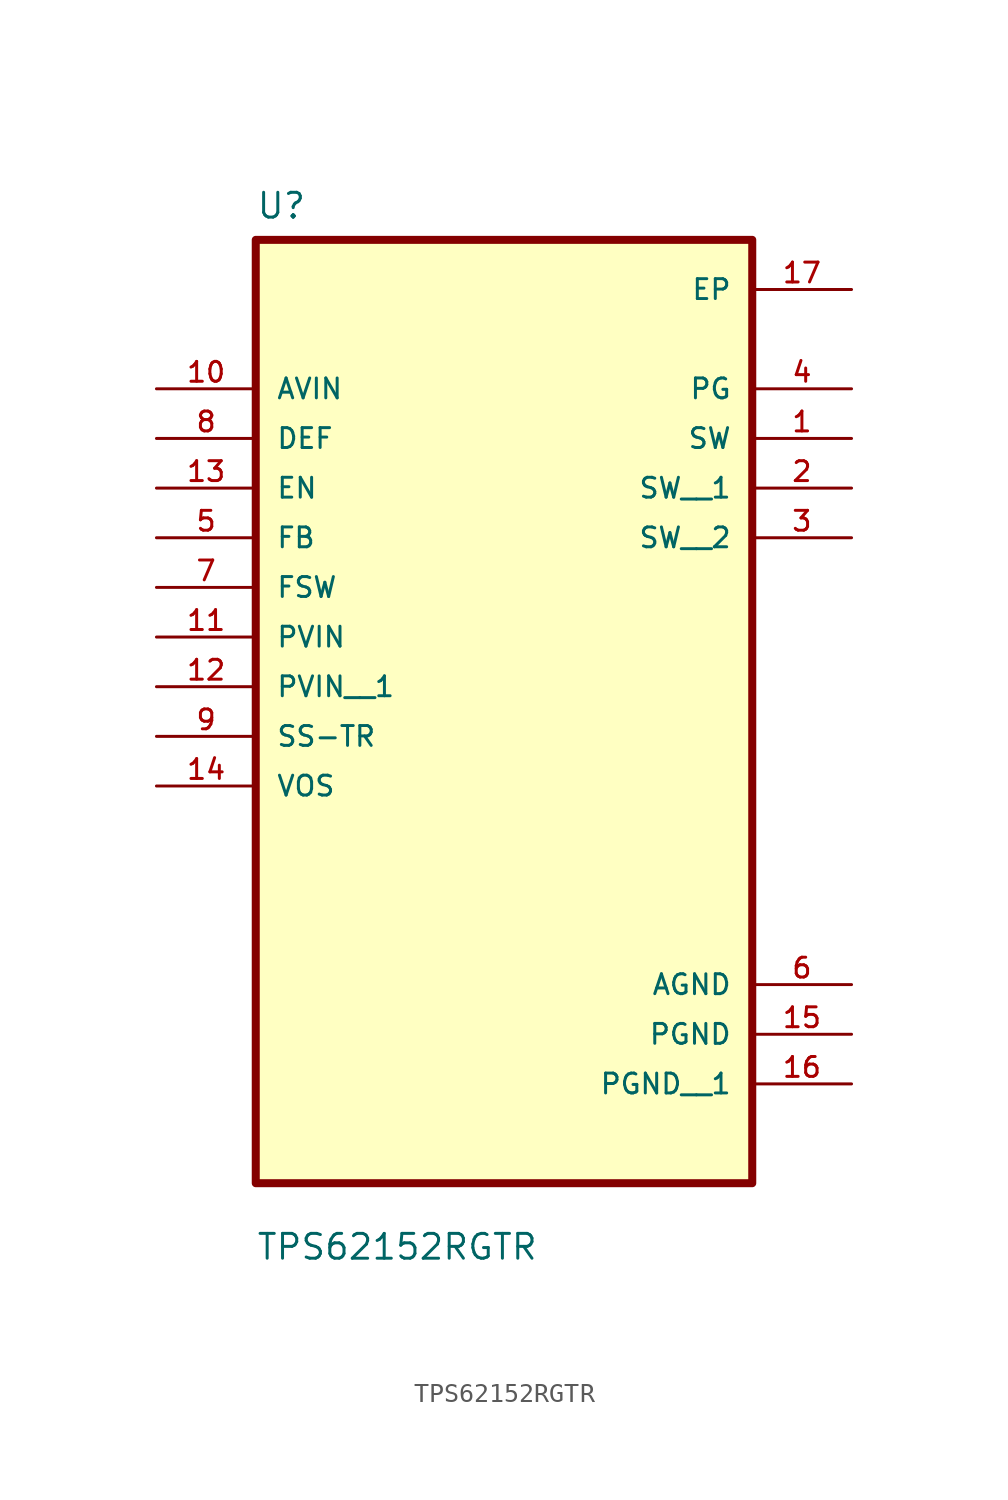
<source format=kicad_sym>
(kicad_symbol_lib
  (version 20211014)
  (generator kicad_symbol_editor)
  (symbol "TPS62152RGTR"
    (pin_names
      (offset 1.016))
    (property "Reference" "U"
      (at -12.7 21.32 0.0)
      (effects (font (size 1.27 1.27)) (justify bottom left)))
    (property "Value" "TPS62152RGTR"
      (at -12.7 -31.94 0.0)
      (effects (font (size 1.27 1.27)) (justify bottom left)))
    (symbol "TPS62152RGTR_0_0"
      (rectangle (start -12.7 -27.94) (end 12.7 20.32) (stroke (width 0.41)) (fill (type background)))
      (pin input line (at -17.78 12.7 0) (length 5.08) (name "AVIN" (effects (font (size 1.016 1.016)))) (number "10" (effects (font (size 1.016 1.016)))))
      (pin input line (at -17.78 10.16 0) (length 5.08) (name "DEF" (effects (font (size 1.016 1.016)))) (number "8" (effects (font (size 1.016 1.016)))))
      (pin input line (at -17.78 7.62 0) (length 5.08) (name "EN" (effects (font (size 1.016 1.016)))) (number "13" (effects (font (size 1.016 1.016)))))
      (pin input line (at -17.78 5.08 0) (length 5.08) (name "FB" (effects (font (size 1.016 1.016)))) (number "5" (effects (font (size 1.016 1.016)))))
      (pin input line (at -17.78 2.54 0) (length 5.08) (name "FSW" (effects (font (size 1.016 1.016)))) (number "7" (effects (font (size 1.016 1.016)))))
      (pin input line (at -17.78 0.0 0) (length 5.08) (name "PVIN" (effects (font (size 1.016 1.016)))) (number "11" (effects (font (size 1.016 1.016)))))
      (pin input line (at -17.78 -5.08 0) (length 5.08) (name "SS-TR" (effects (font (size 1.016 1.016)))) (number "9" (effects (font (size 1.016 1.016)))))
      (pin input line (at -17.78 -7.62 0) (length 5.08) (name "VOS" (effects (font (size 1.016 1.016)))) (number "14" (effects (font (size 1.016 1.016)))))
      (pin power_in line (at 17.78 17.78 180.0) (length 5.08) (name "EP" (effects (font (size 1.016 1.016)))) (number "17" (effects (font (size 1.016 1.016)))))
      (pin output line (at 17.78 12.7 180.0) (length 5.08) (name "PG" (effects (font (size 1.016 1.016)))) (number "4" (effects (font (size 1.016 1.016)))))
      (pin output line (at 17.78 10.16 180.0) (length 5.08) (name "SW" (effects (font (size 1.016 1.016)))) (number "1" (effects (font (size 1.016 1.016)))))
      (pin power_in line (at 17.78 -17.78 180.0) (length 5.08) (name "AGND" (effects (font (size 1.016 1.016)))) (number "6" (effects (font (size 1.016 1.016)))))
      (pin power_in line (at 17.78 -20.32 180.0) (length 5.08) (name "PGND" (effects (font (size 1.016 1.016)))) (number "15" (effects (font (size 1.016 1.016)))))
      (pin input line (at -17.78 -2.54 0) (length 5.08) (name "PVIN__1" (effects (font (size 1.016 1.016)))) (number "12" (effects (font (size 1.016 1.016)))))
      (pin output line (at 17.78 7.62 180.0) (length 5.08) (name "SW__1" (effects (font (size 1.016 1.016)))) (number "2" (effects (font (size 1.016 1.016)))))
      (pin output line (at 17.78 5.08 180.0) (length 5.08) (name "SW__2" (effects (font (size 1.016 1.016)))) (number "3" (effects (font (size 1.016 1.016)))))
      (pin power_in line (at 17.78 -22.86 180.0) (length 5.08) (name "PGND__1" (effects (font (size 1.016 1.016)))) (number "16" (effects (font (size 1.016 1.016))))))))
</source>
